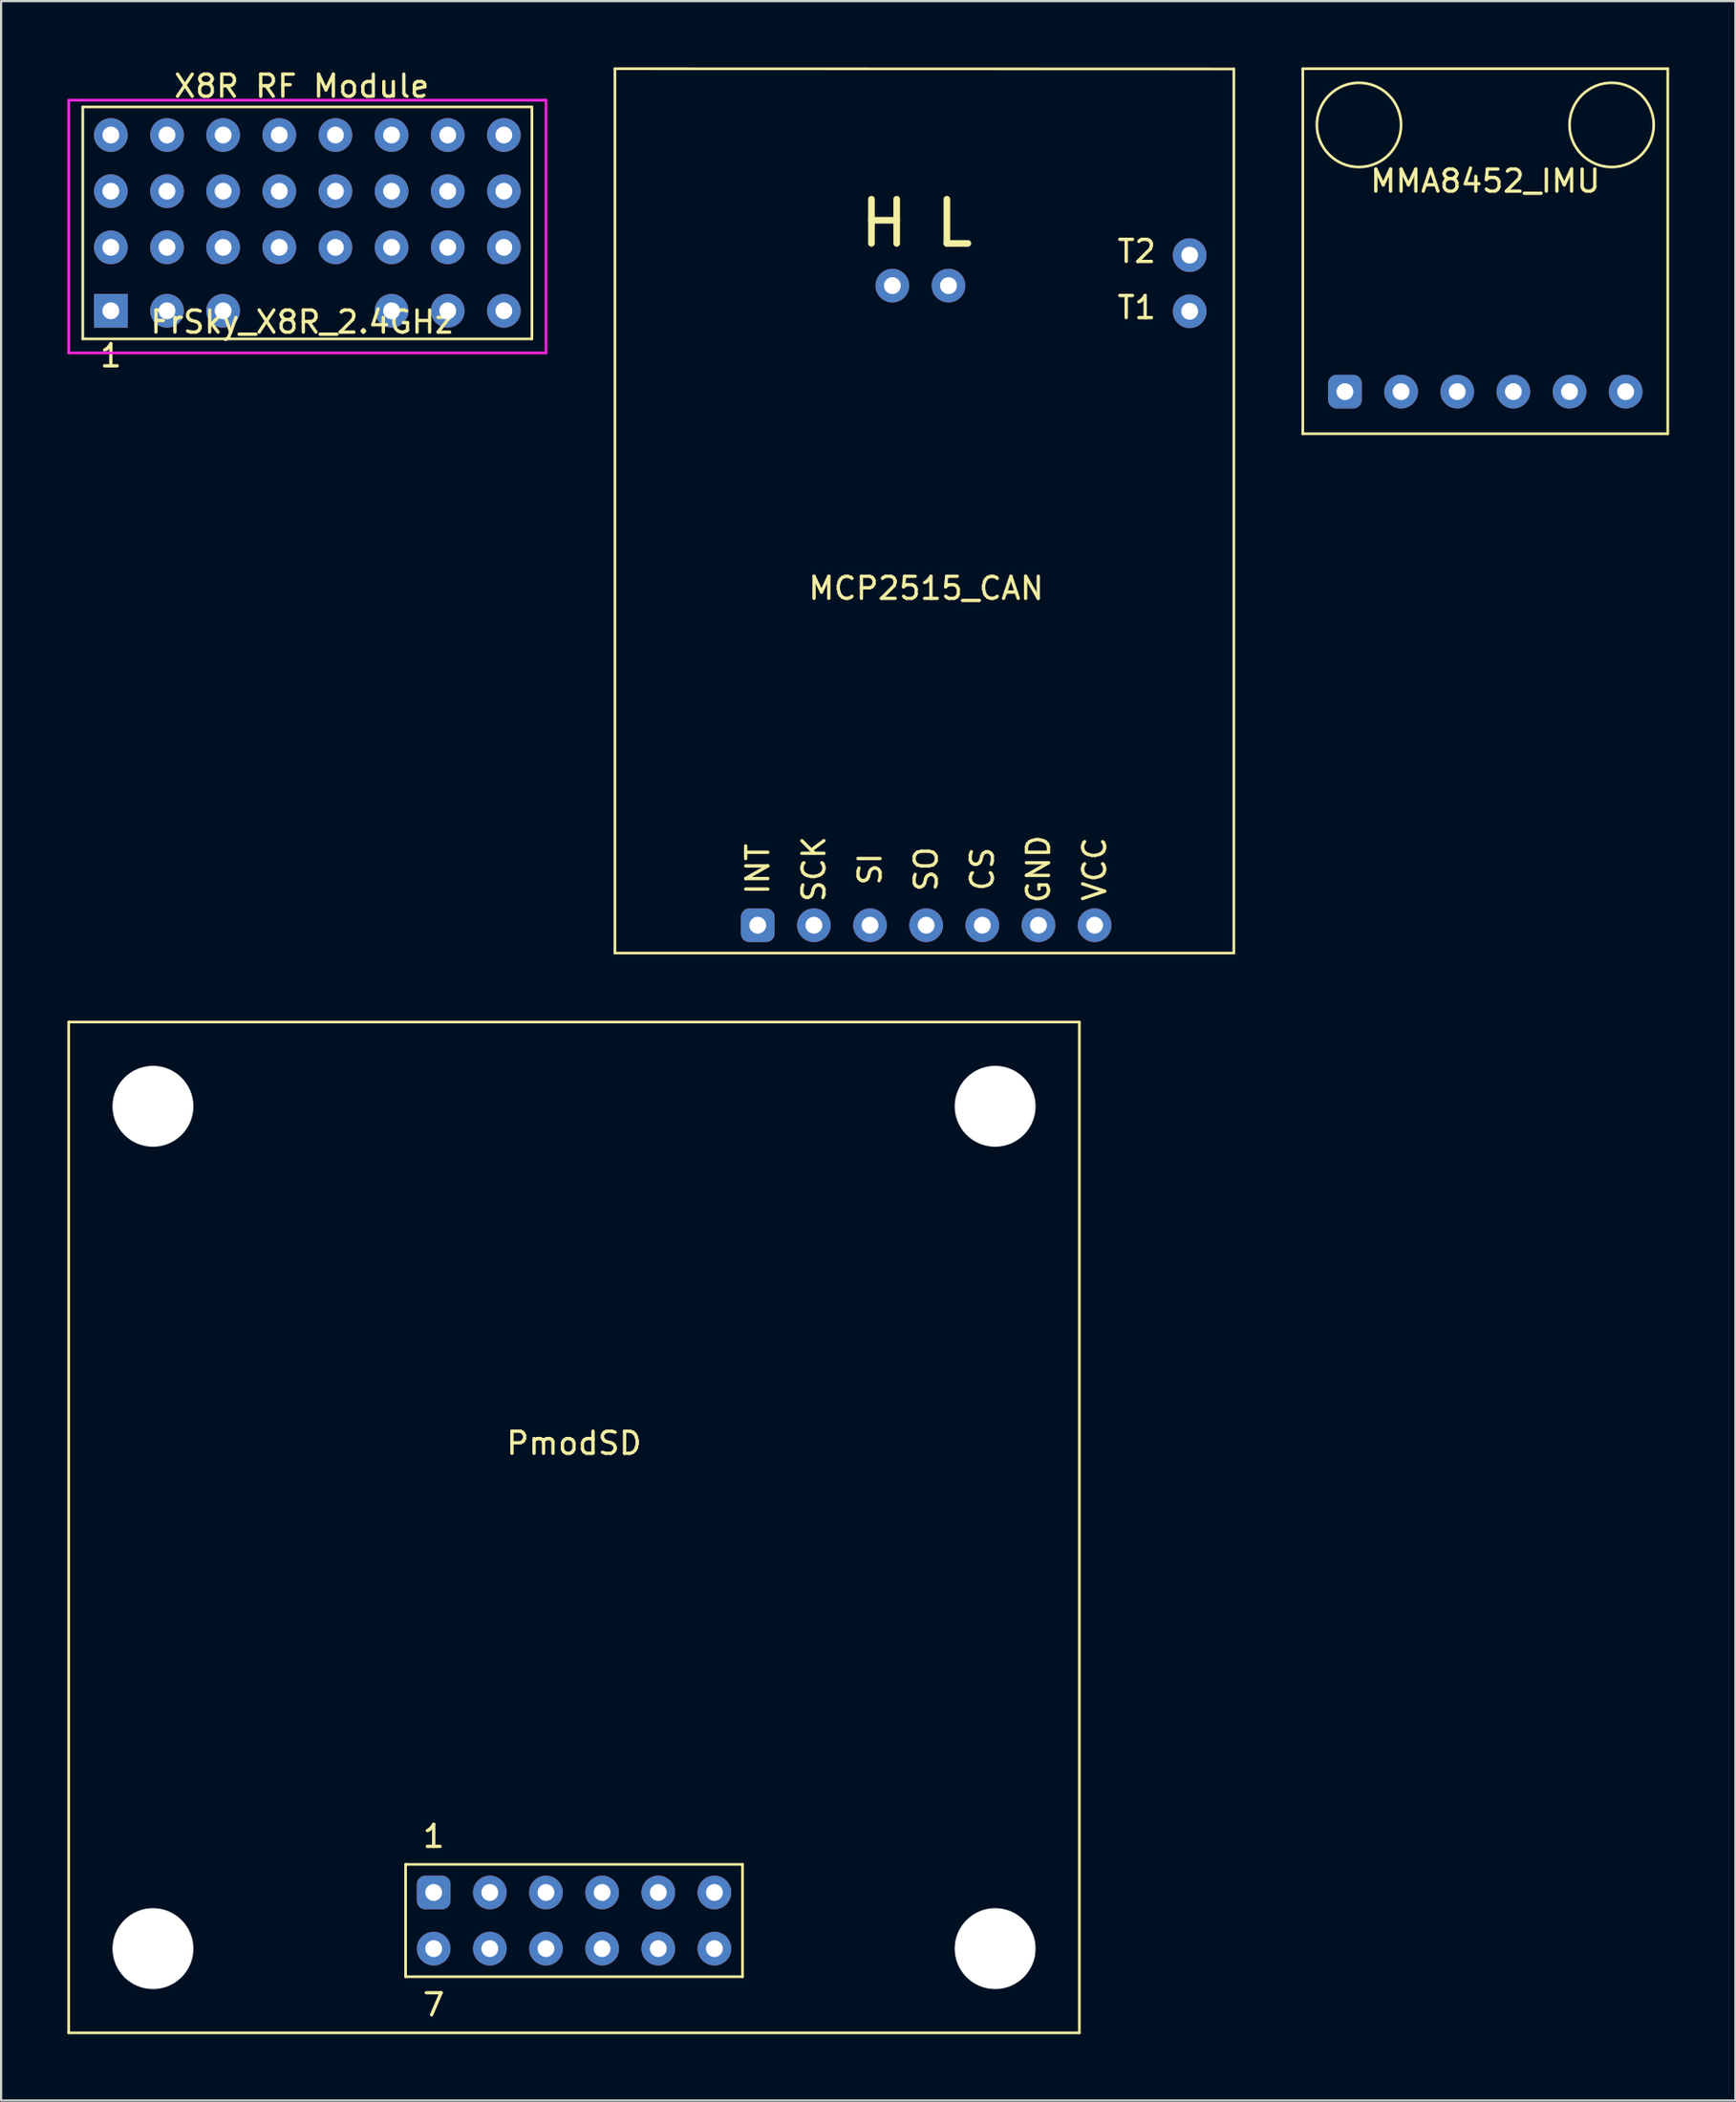
<source format=kicad_pcb>
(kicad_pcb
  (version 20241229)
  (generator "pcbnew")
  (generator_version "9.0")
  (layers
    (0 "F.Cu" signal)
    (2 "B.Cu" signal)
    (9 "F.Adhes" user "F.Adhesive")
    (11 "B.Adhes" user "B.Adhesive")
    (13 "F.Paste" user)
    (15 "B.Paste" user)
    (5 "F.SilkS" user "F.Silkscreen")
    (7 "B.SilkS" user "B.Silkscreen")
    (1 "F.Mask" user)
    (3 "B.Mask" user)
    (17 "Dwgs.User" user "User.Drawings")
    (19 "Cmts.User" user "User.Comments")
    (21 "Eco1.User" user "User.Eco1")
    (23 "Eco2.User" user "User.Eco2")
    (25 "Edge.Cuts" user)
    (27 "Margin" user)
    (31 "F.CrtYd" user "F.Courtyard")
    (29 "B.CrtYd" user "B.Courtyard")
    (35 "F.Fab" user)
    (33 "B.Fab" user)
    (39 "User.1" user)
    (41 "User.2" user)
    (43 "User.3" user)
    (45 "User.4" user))
  (footprint "MCP2515_CAN"
    (layer "F.Cu")
    (at 31.23 38.8)
    (property "Reference" "MCP2515_CAN" (at 7.62 -15.24 0) (layer "F.SilkS") (effects (font (size 1 1) (thickness 0.15))))
    (attr through_hole)
    (fp_line (start -6.46 -38.74) (end 21.54 -38.73) (stroke (width 0.12) (type solid)) (layer "F.SilkS"))
    (fp_line (start -6.46 1.26) (end -6.46 -38.74) (stroke (width 0.12) (type solid)) (layer "F.SilkS"))
    (fp_line (start -6.46 1.26) (end 21.54 1.26) (stroke (width 0.12) (type solid)) (layer "F.SilkS"))
    (fp_line (start 21.54 1.26) (end 21.54 -38.73) (stroke (width 0.12) (type solid)) (layer "F.SilkS"))
    (fp_text user "VCC" (at 15.24 -2.54 90) (layer "F.SilkS") (effects (font (size 1 1) (thickness 0.15))))
    (fp_text user "GND" (at 12.7 -2.54 90) (layer "F.SilkS") (effects (font (size 1 1) (thickness 0.15))))
    (fp_text user "SCK" (at 2.54 -2.54 90) (layer "F.SilkS") (effects (font (size 1 1) (thickness 0.15))))
    (fp_text user "INT" (at 0 -2.54 90) (layer "F.SilkS") (effects (font (size 1 1) (thickness 0.15))))
    (fp_text user "L" (at 8.89 -31.75 0) (layer "F.SilkS") (effects (font (size 2 2) (thickness 0.3))))
    (fp_text user "SI" (at 5.08 -2.54 90) (layer "F.SilkS") (effects (font (size 1 1) (thickness 0.15))))
    (fp_text user "CS" (at 10.16 -2.54 90) (layer "F.SilkS") (effects (font (size 1 1) (thickness 0.15))))
    (fp_text user "T2" (at 17.145 -30.48 0) (layer "F.SilkS") (effects (font (size 1 1) (thickness 0.15))))
    (fp_text user "T1" (at 17.145 -27.94 0) (layer "F.SilkS") (effects (font (size 1 1) (thickness 0.15))))
    (fp_text user "SO" (at 7.62 -2.54 90) (layer "F.SilkS") (effects (font (size 1 1) (thickness 0.15))))
    (fp_text user "H" (at 5.715 -31.75 0) (layer "F.SilkS") (effects (font (size 2 2) (thickness 0.3))))
    (pad "1" thru_hole roundrect (at 0 0) (size 1.524 1.524) (drill 0.762) (layers "*.Cu" "*.Mask") (roundrect_rratio 0.25))
    (pad "2" thru_hole circle (at 2.54 0) (size 1.524 1.524) (drill 0.762) (layers "*.Cu" "*.Mask"))
    (pad "3" thru_hole circle (at 5.08 0) (size 1.524 1.524) (drill 0.762) (layers "*.Cu" "*.Mask"))
    (pad "4" thru_hole circle (at 7.62 0) (size 1.524 1.524) (drill 0.762) (layers "*.Cu" "*.Mask"))
    (pad "5" thru_hole circle (at 10.16 0) (size 1.524 1.524) (drill 0.762) (layers "*.Cu" "*.Mask"))
    (pad "6" thru_hole circle (at 12.7 0) (size 1.524 1.524) (drill 0.762) (layers "*.Cu" "*.Mask"))
    (pad "7" thru_hole circle (at 15.24 0) (size 1.524 1.524) (drill 0.762) (layers "*.Cu" "*.Mask"))
    (pad "8" thru_hole circle (at 6.09 -28.93) (size 1.524 1.524) (drill 0.762) (layers "*.Cu" "*.Mask"))
    (pad "9" thru_hole circle (at 8.63 -28.93) (size 1.524 1.524) (drill 0.762) (layers "*.Cu" "*.Mask"))
    (pad "10" thru_hole circle (at 19.54 -30.31) (size 1.524 1.524) (drill 0.762) (layers "*.Cu" "*.Mask"))
    (pad "11" thru_hole circle (at 19.54 -27.77) (size 1.524 1.524) (drill 0.762) (layers "*.Cu" "*.Mask")))
  (footprint "FrSky_X8R_2.4GHz"
    (layer "F.Cu")
    (at 1.965 11.008)
    (property "Reference" "FrSky_X8R_2.4GHz" (at 8.636 0.508 0) (layer "F.SilkS") (effects (font (size 1 1) (thickness 0.15))))
    (attr through_hole)
    (fp_line (start -1.27 -9.22) (end -1.27 1.27) (stroke (width 0.12) (type solid)) (layer "F.SilkS"))
    (fp_line (start -1.27 1.27) (end 19.05 1.27) (stroke (width 0.12) (type solid)) (layer "F.SilkS"))
    (fp_line (start 19.05 -9.22) (end -1.27 -9.22) (stroke (width 0.12) (type solid)) (layer "F.SilkS"))
    (fp_line (start 19.05 1.27) (end 19.05 -9.22) (stroke (width 0.12) (type solid)) (layer "F.SilkS"))
    (fp_line (start -1.905 -9.525) (end -1.905 1.905) (stroke (width 0.12) (type solid)) (layer "F.CrtYd"))
    (fp_line (start -1.905 1.905) (end 19.685 1.905) (stroke (width 0.12) (type solid)) (layer "F.CrtYd"))
    (fp_line (start 19.685 -9.525) (end -1.905 -9.525) (stroke (width 0.12) (type solid)) (layer "F.CrtYd"))
    (fp_line (start 19.685 1.905) (end 19.685 -9.525) (stroke (width 0.12) (type solid)) (layer "F.CrtYd"))
    (fp_text user "X8R RF Module" (at 8.636 -10.16 0) (layer "F.SilkS") (effects (font (size 1 1) (thickness 0.15))))
    (fp_text user "1" (at 0 2.032 0) (layer "F.SilkS") (effects (font (size 1 1) (thickness 0.15))))
    (pad "1" thru_hole rect (at 0 0) (size 1.524 1.524) (drill 0.762) (layers "*.Cu" "*.Mask"))
    (pad "2" thru_hole circle (at 2.54 0) (size 1.524 1.524) (drill 0.762) (layers "*.Cu" "*.Mask"))
    (pad "3" thru_hole circle (at 5.08 0) (size 1.524 1.524) (drill 0.762) (layers "*.Cu" "*.Mask"))
    (pad "4" thru_hole circle (at 12.7 0) (size 1.524 1.524) (drill 0.762) (layers "*.Cu" "*.Mask"))
    (pad "5" thru_hole circle (at 15.24 0) (size 1.524 1.524) (drill 0.762) (layers "*.Cu" "*.Mask"))
    (pad "6" thru_hole circle (at 17.78 0) (size 1.524 1.524) (drill 0.762) (layers "*.Cu" "*.Mask"))
    (pad "7" thru_hole circle (at 0 -2.87) (size 1.524 1.524) (drill 0.762) (layers "*.Cu" "*.Mask"))
    (pad "8" thru_hole circle (at 2.54 -2.87) (size 1.524 1.524) (drill 0.762) (layers "*.Cu" "*.Mask"))
    (pad "9" thru_hole circle (at 5.08 -2.87) (size 1.524 1.524) (drill 0.762) (layers "*.Cu" "*.Mask"))
    (pad "10" thru_hole circle (at 7.62 -2.87) (size 1.524 1.524) (drill 0.762) (layers "*.Cu" "*.Mask"))
    (pad "11" thru_hole circle (at 10.16 -2.87) (size 1.524 1.524) (drill 0.762) (layers "*.Cu" "*.Mask"))
    (pad "12" thru_hole circle (at 12.7 -2.87) (size 1.524 1.524) (drill 0.762) (layers "*.Cu" "*.Mask"))
    (pad "13" thru_hole circle (at 15.24 -2.87) (size 1.524 1.524) (drill 0.762) (layers "*.Cu" "*.Mask"))
    (pad "14" thru_hole circle (at 17.78 -2.87) (size 1.524 1.524) (drill 0.762) (layers "*.Cu" "*.Mask"))
    (pad "15" thru_hole circle (at 0 -5.41) (size 1.524 1.524) (drill 0.762) (layers "*.Cu" "*.Mask"))
    (pad "16" thru_hole circle (at 2.54 -5.41) (size 1.524 1.524) (drill 0.762) (layers "*.Cu" "*.Mask"))
    (pad "17" thru_hole circle (at 5.08 -5.41) (size 1.524 1.524) (drill 0.762) (layers "*.Cu" "*.Mask"))
    (pad "18" thru_hole circle (at 7.62 -5.41) (size 1.524 1.524) (drill 0.762) (layers "*.Cu" "*.Mask"))
    (pad "19" thru_hole circle (at 10.16 -5.41) (size 1.524 1.524) (drill 0.762) (layers "*.Cu" "*.Mask"))
    (pad "20" thru_hole circle (at 12.7 -5.41) (size 1.524 1.524) (drill 0.762) (layers "*.Cu" "*.Mask"))
    (pad "21" thru_hole circle (at 15.24 -5.41) (size 1.524 1.524) (drill 0.762) (layers "*.Cu" "*.Mask"))
    (pad "22" thru_hole circle (at 17.78 -5.41) (size 1.524 1.524) (drill 0.762) (layers "*.Cu" "*.Mask"))
    (pad "23" thru_hole circle (at 0 -7.95) (size 1.524 1.524) (drill 0.762) (layers "*.Cu" "*.Mask"))
    (pad "24" thru_hole circle (at 2.54 -7.95) (size 1.524 1.524) (drill 0.762) (layers "*.Cu" "*.Mask"))
    (pad "25" thru_hole circle (at 5.08 -7.95) (size 1.524 1.524) (drill 0.762) (layers "*.Cu" "*.Mask"))
    (pad "26" thru_hole circle (at 7.62 -7.95) (size 1.524 1.524) (drill 0.762) (layers "*.Cu" "*.Mask"))
    (pad "27" thru_hole circle (at 10.16 -7.95) (size 1.524 1.524) (drill 0.762) (layers "*.Cu" "*.Mask"))
    (pad "28" thru_hole circle (at 12.7 -7.95) (size 1.524 1.524) (drill 0.762) (layers "*.Cu" "*.Mask"))
    (pad "29" thru_hole circle (at 15.24 -7.95) (size 1.524 1.524) (drill 0.762) (layers "*.Cu" "*.Mask"))
    (pad "30" thru_hole circle (at 17.78 -7.95) (size 1.524 1.524) (drill 0.762) (layers "*.Cu" "*.Mask")))
  (footprint "PmodSD"
    (layer "F.Cu")
    (at 16.57 82.55)
    (property "Reference" "PmodSD" (at 6.35 -20.32 0) (layer "F.SilkS") (effects (font (size 1 1) (thickness 0.15))))
    (attr through_hole)
    (fp_line (start -16.51 6.35) (end -16.51 -39.37) (stroke (width 0.12) (type solid)) (layer "F.SilkS"))
    (fp_line (start -16.51 6.35) (end 29.21 6.35) (stroke (width 0.12) (type solid)) (layer "F.SilkS"))
    (fp_line (start -1.27 -1.27) (end 13.97 -1.27) (stroke (width 0.12) (type solid)) (layer "F.SilkS"))
    (fp_line (start -1.27 3.81) (end -1.27 -1.27) (stroke (width 0.12) (type solid)) (layer "F.SilkS"))
    (fp_line (start 13.97 -1.27) (end 13.97 3.81) (stroke (width 0.12) (type solid)) (layer "F.SilkS"))
    (fp_line (start 13.97 3.81) (end -1.27 3.81) (stroke (width 0.12) (type solid)) (layer "F.SilkS"))
    (fp_line (start 29.21 -39.37) (end -16.51 -39.37) (stroke (width 0.12) (type solid)) (layer "F.SilkS"))
    (fp_line (start 29.21 6.35) (end 29.21 -39.37) (stroke (width 0.12) (type solid)) (layer "F.SilkS"))
    (fp_text user "7" (at 0 5.08 0) (layer "F.SilkS") (effects (font (size 1 1) (thickness 0.15))))
    (fp_text user "1" (at 0 -2.54 0) (layer "F.SilkS") (effects (font (size 1 1) (thickness 0.15))))
    (pad "" np_thru_hole circle (at -12.7 -35.56) (size 3.66 3.66) (drill 3.66) (layers "*.Cu" "*.Mask"))
    (pad "" np_thru_hole circle (at -12.7 2.54) (size 3.66 3.66) (drill 3.66) (layers "*.Cu" "*.Mask"))
    (pad "" np_thru_hole circle (at 25.4 -35.56) (size 3.66 3.66) (drill 3.66) (layers "*.Cu" "*.Mask"))
    (pad "" np_thru_hole circle (at 25.4 2.54) (size 3.66 3.66) (drill 3.66) (layers "*.Cu" "*.Mask"))
    (pad "1" thru_hole roundrect (at 0 0) (size 1.524 1.524) (drill 0.762) (layers "*.Cu" "*.Mask") (roundrect_rratio 0.25))
    (pad "2" thru_hole circle (at 2.54 0) (size 1.524 1.524) (drill 0.762) (layers "*.Cu" "*.Mask"))
    (pad "3" thru_hole circle (at 5.08 0) (size 1.524 1.524) (drill 0.762) (layers "*.Cu" "*.Mask"))
    (pad "4" thru_hole circle (at 7.62 0) (size 1.524 1.524) (drill 0.762) (layers "*.Cu" "*.Mask"))
    (pad "5" thru_hole circle (at 10.16 0) (size 1.524 1.524) (drill 0.762) (layers "*.Cu" "*.Mask"))
    (pad "6" thru_hole circle (at 12.7 0) (size 1.524 1.524) (drill 0.762) (layers "*.Cu" "*.Mask"))
    (pad "7" thru_hole circle (at 0 2.54) (size 1.524 1.524) (drill 0.762) (layers "*.Cu" "*.Mask"))
    (pad "8" thru_hole circle (at 2.54 2.54) (size 1.524 1.524) (drill 0.762) (layers "*.Cu" "*.Mask"))
    (pad "9" thru_hole circle (at 5.08 2.54) (size 1.524 1.524) (drill 0.762) (layers "*.Cu" "*.Mask"))
    (pad "10" thru_hole circle (at 7.62 2.54) (size 1.524 1.524) (drill 0.762) (layers "*.Cu" "*.Mask"))
    (pad "11" thru_hole circle (at 10.16 2.54) (size 1.524 1.524) (drill 0.762) (layers "*.Cu" "*.Mask"))
    (pad "12" thru_hole circle (at 12.7 2.54) (size 1.524 1.524) (drill 0.762) (layers "*.Cu" "*.Mask")))
  (footprint "MMA8452_IMU"
    (layer "F.Cu")
    (at 57.795 14.665)
    (property "Reference" "MMA8452_IMU" (at 6.35 -9.525 0) (layer "F.SilkS") (effects (font (size 1 1) (thickness 0.15))))
    (attr through_hole)
    (fp_line (start -1.905 -14.605) (end -1.905 1.905) (stroke (width 0.12) (type solid)) (layer "F.SilkS"))
    (fp_line (start -1.905 1.905) (end 14.605 1.905) (stroke (width 0.12) (type solid)) (layer "F.SilkS"))
    (fp_line (start 14.605 -14.605) (end -1.905 -14.605) (stroke (width 0.12) (type solid)) (layer "F.SilkS"))
    (fp_line (start 14.605 1.905) (end 14.605 -14.605) (stroke (width 0.12) (type solid)) (layer "F.SilkS"))
    (fp_circle (center 0.635 -12.065) (end -1.27 -12.065) (stroke (width 0.12) (type solid)) (fill no) (layer "F.SilkS"))
    (fp_circle (center 12.065 -12.065) (end 12.065 -13.97) (stroke (width 0.12) (type solid)) (fill no) (layer "F.SilkS"))
    (pad "1" thru_hole roundrect (at 0 0) (size 1.524 1.524) (drill 0.762) (layers "*.Cu" "*.Mask") (roundrect_rratio 0.25))
    (pad "2" thru_hole circle (at 2.54 0) (size 1.524 1.524) (drill 0.762) (layers "*.Cu" "*.Mask"))
    (pad "3" thru_hole circle (at 5.08 0) (size 1.524 1.524) (drill 0.762) (layers "*.Cu" "*.Mask"))
    (pad "4" thru_hole circle (at 7.62 0) (size 1.524 1.524) (drill 0.762) (layers "*.Cu" "*.Mask"))
    (pad "5" thru_hole circle (at 10.16 0) (size 1.524 1.524) (drill 0.762) (layers "*.Cu" "*.Mask"))
    (pad "6" thru_hole circle (at 12.7 0) (size 1.524 1.524) (drill 0.762) (layers "*.Cu" "*.Mask")))
  (gr_rect
    (start -3 -3)
    (end 75.46 91.96)
    (stroke (width 0.1) (type default))
    (fill no)
    (layer "Edge.Cuts")))
</source>
